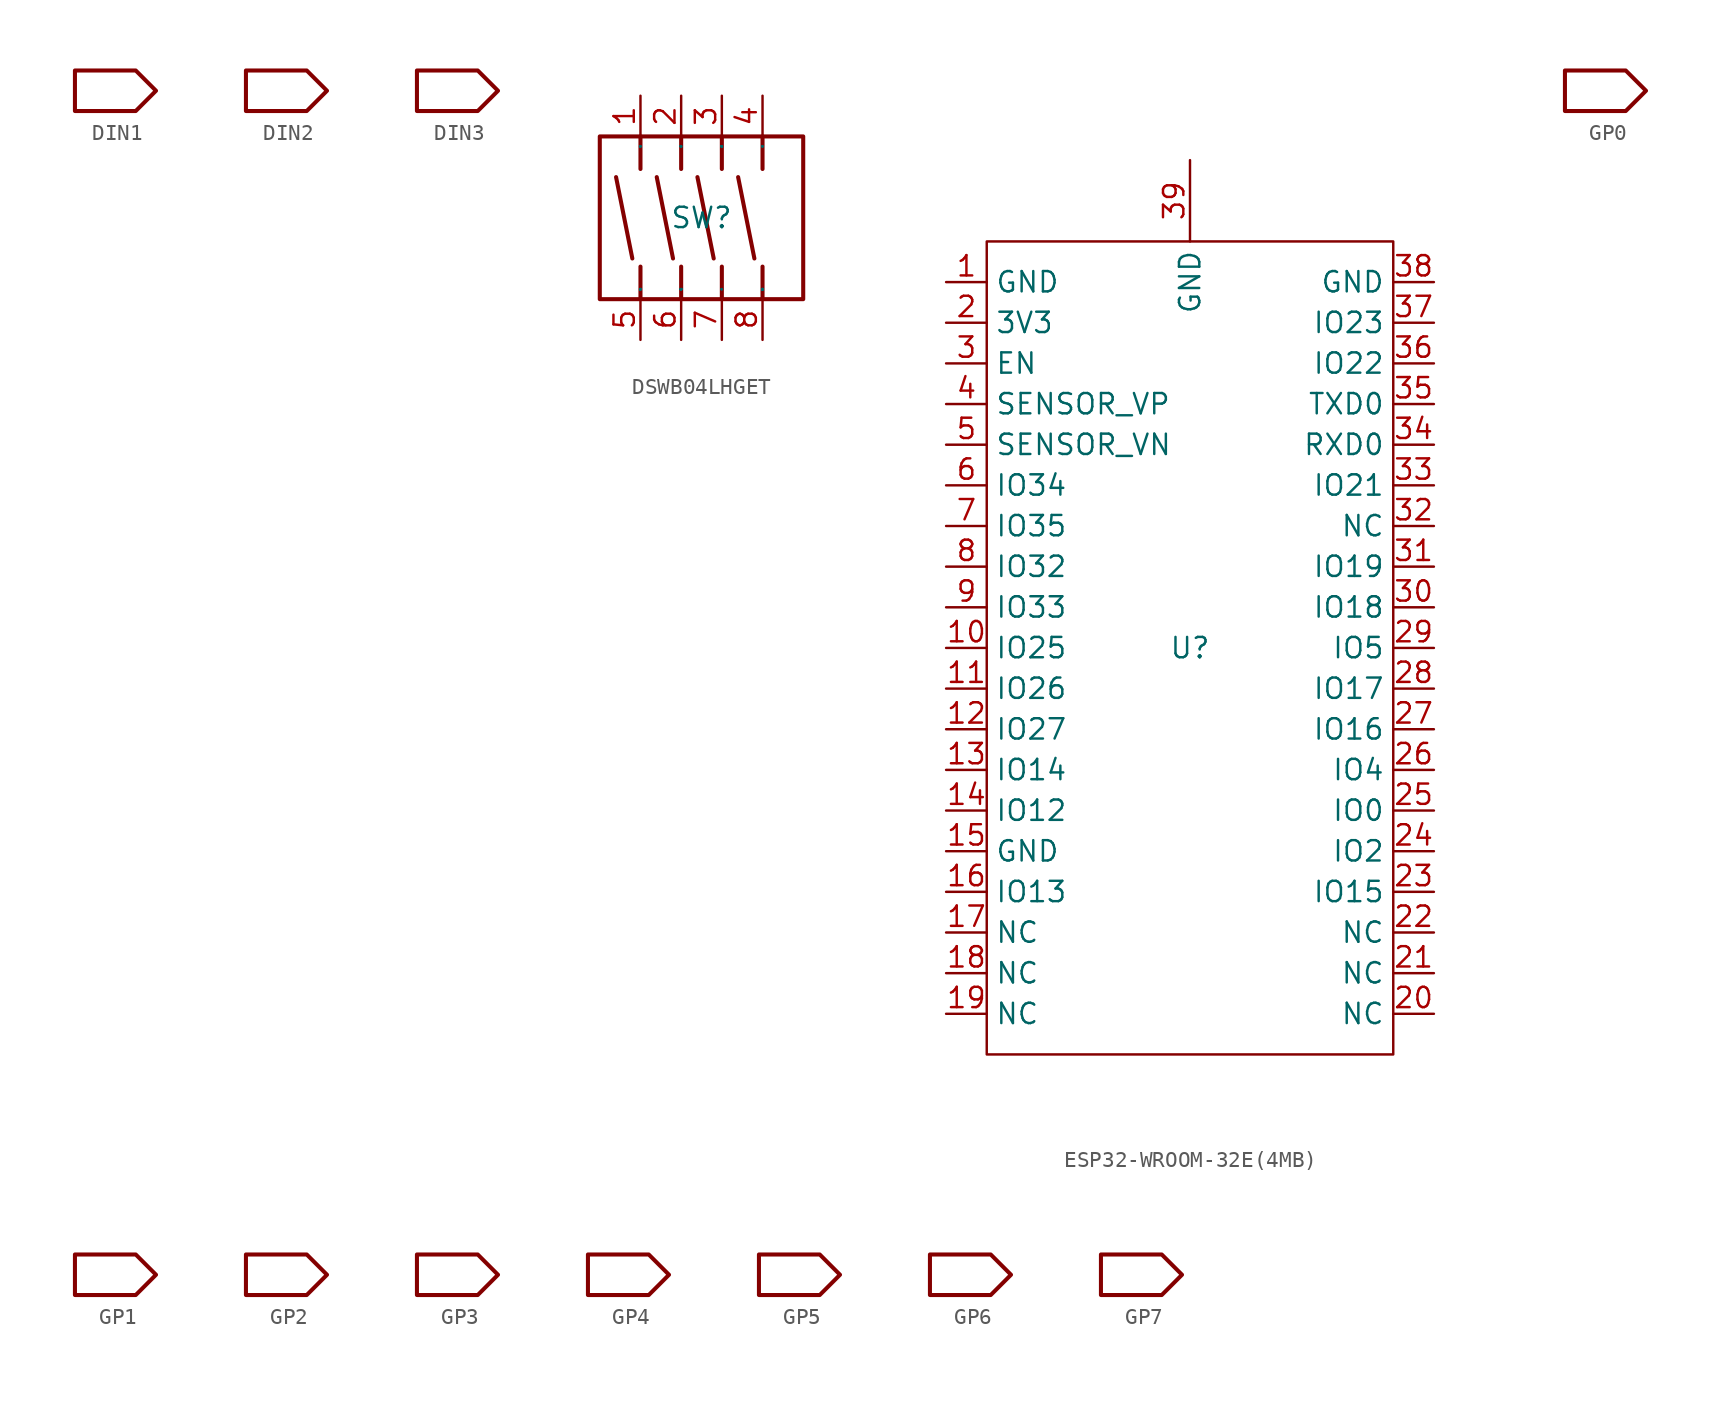
<source format=kicad_sym>
(kicad_symbol_lib
  (version 20241209)
  (generator "kicad_symbol_editor")
  (generator_version "9.0")
  (symbol "DIN1"
    (power)
    (pin_numbers
      (hide yes))
    (pin_names
      (hide yes))
    (property "Reference" "#PWR"
      (at 0 0 0)
      (effects (font (size 1.27 1.27)) (hide yes)))
    (property "Value" ""
      (at 0 0 0)
      (effects (font (size 1.27 1.27))))
    (symbol "DIN1_1_0"
      (polyline (pts (xy 0 0) (xy -1.27 -1.27) (xy -1.27 -1.27) (xy -5.08 -1.27) (xy -5.08 -1.27) (xy -5.08 1.27) (xy -5.08 1.27) (xy -1.27 1.27) (xy -1.27 1.27) (xy 0 0)) (stroke (width 0.254) (type default)) (fill (type none)))
      (pin input line (at 0 0 0) (length 0) (name "" (effects (font (size 0.025 0.025)))) (number "1" (effects (font (size 0 0)))))))
  (symbol "DIN2"
    (power)
    (pin_numbers
      (hide yes))
    (pin_names
      (hide yes))
    (property "Reference" "#PWR"
      (at 0 0 0)
      (effects (font (size 1.27 1.27)) (hide yes)))
    (property "Value" ""
      (at 0 0 0)
      (effects (font (size 1.27 1.27))))
    (symbol "DIN2_1_0"
      (polyline (pts (xy 0 0) (xy -1.27 -1.27) (xy -1.27 -1.27) (xy -5.08 -1.27) (xy -5.08 -1.27) (xy -5.08 1.27) (xy -5.08 1.27) (xy -1.27 1.27) (xy -1.27 1.27) (xy 0 0)) (stroke (width 0.254) (type default)) (fill (type none)))
      (pin input line (at 0 0 0) (length 0) (name "" (effects (font (size 0.025 0.025)))) (number "1" (effects (font (size 0 0)))))))
  (symbol "DIN3"
    (power)
    (pin_numbers
      (hide yes))
    (pin_names
      (hide yes))
    (property "Reference" "#PWR"
      (at 0 0 0)
      (effects (font (size 1.27 1.27)) (hide yes)))
    (property "Value" ""
      (at 0 0 0)
      (effects (font (size 1.27 1.27))))
    (symbol "DIN3_1_0"
      (polyline (pts (xy 0 0) (xy -1.27 -1.27) (xy -1.27 -1.27) (xy -5.08 -1.27) (xy -5.08 -1.27) (xy -5.08 1.27) (xy -5.08 1.27) (xy -1.27 1.27) (xy -1.27 1.27) (xy 0 0)) (stroke (width 0.254) (type default)) (fill (type none)))
      (pin input line (at 0 0 0) (length 0) (name "" (effects (font (size 0.025 0.025)))) (number "1" (effects (font (size 0 0)))))))
  (symbol "DSWB04LHGET"
    (property "Reference" "SW"
      (at 0 0 0)
      (effects (font (size 1.27 1.27))))
    (property "Value" ""
      (at 0 0 0)
      (effects (font (size 1.27 1.27))))
    (symbol "DSWB04LHGET_1_0"
      (polyline (pts (xy -4.318 -2.54) (xy -5.334 2.54)) (stroke (width 0.254) (type default)) (fill (type none)))
      (polyline (pts (xy -3.81 3.048) (xy -3.81 5.08)) (stroke (width 0.254) (type default)) (fill (type none)))
      (polyline (pts (xy -3.81 -3.048) (xy -3.81 -5.08)) (stroke (width 0.254) (type default)) (fill (type none)))
      (polyline (pts (xy -1.778 -2.54) (xy -2.794 2.54)) (stroke (width 0.254) (type default)) (fill (type none)))
      (polyline (pts (xy -1.27 3.048) (xy -1.27 5.08)) (stroke (width 0.254) (type default)) (fill (type none)))
      (polyline (pts (xy -1.27 -3.048) (xy -1.27 -5.08)) (stroke (width 0.254) (type default)) (fill (type none)))
      (polyline (pts (xy 0.762 -2.54) (xy -0.254 2.54)) (stroke (width 0.254) (type default)) (fill (type none)))
      (polyline (pts (xy 1.27 3.048) (xy 1.27 5.08)) (stroke (width 0.254) (type default)) (fill (type none)))
      (polyline (pts (xy 1.27 -3.048) (xy 1.27 -5.08)) (stroke (width 0.254) (type default)) (fill (type none)))
      (polyline (pts (xy 3.302 -2.54) (xy 2.286 2.54)) (stroke (width 0.254) (type default)) (fill (type none)))
      (polyline (pts (xy 3.81 3.048) (xy 3.81 5.08)) (stroke (width 0.254) (type default)) (fill (type none)))
      (polyline (pts (xy 3.81 -3.048) (xy 3.81 -5.08)) (stroke (width 0.254) (type default)) (fill (type none)))
      (rectangle (start 6.35 5.08) (end -6.35 -5.08) (stroke (width 0.254) (type default)) (fill (type none)))
      (pin unspecified line (at -3.81 7.62 270) (length 2.54) (name "1" (effects (font (size 0.025 0.025)))) (number "1" (effects (font (size 1.27 1.27)))))
      (pin unspecified line (at -3.81 -7.62 90) (length 2.54) (name "5" (effects (font (size 0.025 0.025)))) (number "5" (effects (font (size 1.27 1.27)))))
      (pin unspecified line (at -1.27 7.62 270) (length 2.54) (name "2" (effects (font (size 0.025 0.025)))) (number "2" (effects (font (size 1.27 1.27)))))
      (pin unspecified line (at -1.27 -7.62 90) (length 2.54) (name "6" (effects (font (size 0.025 0.025)))) (number "6" (effects (font (size 1.27 1.27)))))
      (pin unspecified line (at 1.27 7.62 270) (length 2.54) (name "3" (effects (font (size 0.025 0.025)))) (number "3" (effects (font (size 1.27 1.27)))))
      (pin unspecified line (at 1.27 -7.62 90) (length 2.54) (name "7" (effects (font (size 0.025 0.025)))) (number "7" (effects (font (size 1.27 1.27)))))
      (pin unspecified line (at 3.81 7.62 270) (length 2.54) (name "4" (effects (font (size 0.025 0.025)))) (number "4" (effects (font (size 1.27 1.27)))))
      (pin unspecified line (at 3.81 -7.62 90) (length 2.54) (name "8" (effects (font (size 0.025 0.025)))) (number "8" (effects (font (size 1.27 1.27)))))))
  (symbol "ESP32-WROOM-32E(4MB)"
    (property "Reference" "U"
      (at 0 0 0)
      (effects (font (size 1.27 1.27))))
    (property "Value" ""
      (at 0 0 0)
      (effects (font (size 1.27 1.27))))
    (symbol "ESP32-WROOM-32E(4MB)_1_0"
      (rectangle (start -12.7 25.4) (end 12.7 -25.4) (stroke (width 0) (type default)) (fill (type none)))
      (pin unspecified line (at -15.24 22.86 0) (length 2.54) (name "GND" (effects (font (size 1.27 1.27)))) (number "1" (effects (font (size 1.27 1.27)))))
      (pin unspecified line (at -15.24 20.32 0) (length 2.54) (name "3V3" (effects (font (size 1.27 1.27)))) (number "2" (effects (font (size 1.27 1.27)))))
      (pin unspecified line (at -15.24 17.78 0) (length 2.54) (name "EN" (effects (font (size 1.27 1.27)))) (number "3" (effects (font (size 1.27 1.27)))))
      (pin unspecified line (at -15.24 15.24 0) (length 2.54) (name "SENSOR_VP" (effects (font (size 1.27 1.27)))) (number "4" (effects (font (size 1.27 1.27)))))
      (pin unspecified line (at -15.24 12.7 0) (length 2.54) (name "SENSOR_VN" (effects (font (size 1.27 1.27)))) (number "5" (effects (font (size 1.27 1.27)))))
      (pin unspecified line (at -15.24 10.16 0) (length 2.54) (name "IO34" (effects (font (size 1.27 1.27)))) (number "6" (effects (font (size 1.27 1.27)))))
      (pin unspecified line (at -15.24 7.62 0) (length 2.54) (name "IO35" (effects (font (size 1.27 1.27)))) (number "7" (effects (font (size 1.27 1.27)))))
      (pin unspecified line (at -15.24 5.08 0) (length 2.54) (name "IO32" (effects (font (size 1.27 1.27)))) (number "8" (effects (font (size 1.27 1.27)))))
      (pin unspecified line (at -15.24 2.54 0) (length 2.54) (name "IO33" (effects (font (size 1.27 1.27)))) (number "9" (effects (font (size 1.27 1.27)))))
      (pin unspecified line (at -15.24 0 0) (length 2.54) (name "IO25" (effects (font (size 1.27 1.27)))) (number "10" (effects (font (size 1.27 1.27)))))
      (pin unspecified line (at -15.24 -2.54 0) (length 2.54) (name "IO26" (effects (font (size 1.27 1.27)))) (number "11" (effects (font (size 1.27 1.27)))))
      (pin unspecified line (at -15.24 -5.08 0) (length 2.54) (name "IO27" (effects (font (size 1.27 1.27)))) (number "12" (effects (font (size 1.27 1.27)))))
      (pin unspecified line (at -15.24 -7.62 0) (length 2.54) (name "IO14" (effects (font (size 1.27 1.27)))) (number "13" (effects (font (size 1.27 1.27)))))
      (pin unspecified line (at -15.24 -10.16 0) (length 2.54) (name "IO12" (effects (font (size 1.27 1.27)))) (number "14" (effects (font (size 1.27 1.27)))))
      (pin unspecified line (at -15.24 -12.7 0) (length 2.54) (name "GND" (effects (font (size 1.27 1.27)))) (number "15" (effects (font (size 1.27 1.27)))))
      (pin unspecified line (at -15.24 -15.24 0) (length 2.54) (name "IO13" (effects (font (size 1.27 1.27)))) (number "16" (effects (font (size 1.27 1.27)))))
      (pin unspecified line (at -15.24 -17.78 0) (length 2.54) (name "NC" (effects (font (size 1.27 1.27)))) (number "17" (effects (font (size 1.27 1.27)))))
      (pin unspecified line (at -15.24 -20.32 0) (length 2.54) (name "NC" (effects (font (size 1.27 1.27)))) (number "18" (effects (font (size 1.27 1.27)))))
      (pin unspecified line (at -15.24 -22.86 0) (length 2.54) (name "NC" (effects (font (size 1.27 1.27)))) (number "19" (effects (font (size 1.27 1.27)))))
      (pin unspecified line (at 0 30.48 270) (length 5.08) (name "GND" (effects (font (size 1.27 1.27)))) (number "39" (effects (font (size 1.27 1.27)))))
      (pin unspecified line (at 15.24 22.86 180) (length 2.54) (name "GND" (effects (font (size 1.27 1.27)))) (number "38" (effects (font (size 1.27 1.27)))))
      (pin unspecified line (at 15.24 20.32 180) (length 2.54) (name "IO23" (effects (font (size 1.27 1.27)))) (number "37" (effects (font (size 1.27 1.27)))))
      (pin unspecified line (at 15.24 17.78 180) (length 2.54) (name "IO22" (effects (font (size 1.27 1.27)))) (number "36" (effects (font (size 1.27 1.27)))))
      (pin unspecified line (at 15.24 15.24 180) (length 2.54) (name "TXD0" (effects (font (size 1.27 1.27)))) (number "35" (effects (font (size 1.27 1.27)))))
      (pin unspecified line (at 15.24 12.7 180) (length 2.54) (name "RXD0" (effects (font (size 1.27 1.27)))) (number "34" (effects (font (size 1.27 1.27)))))
      (pin unspecified line (at 15.24 10.16 180) (length 2.54) (name "IO21" (effects (font (size 1.27 1.27)))) (number "33" (effects (font (size 1.27 1.27)))))
      (pin unspecified line (at 15.24 7.62 180) (length 2.54) (name "NC" (effects (font (size 1.27 1.27)))) (number "32" (effects (font (size 1.27 1.27)))))
      (pin unspecified line (at 15.24 5.08 180) (length 2.54) (name "IO19" (effects (font (size 1.27 1.27)))) (number "31" (effects (font (size 1.27 1.27)))))
      (pin unspecified line (at 15.24 2.54 180) (length 2.54) (name "IO18" (effects (font (size 1.27 1.27)))) (number "30" (effects (font (size 1.27 1.27)))))
      (pin unspecified line (at 15.24 0 180) (length 2.54) (name "IO5" (effects (font (size 1.27 1.27)))) (number "29" (effects (font (size 1.27 1.27)))))
      (pin unspecified line (at 15.24 -2.54 180) (length 2.54) (name "IO17" (effects (font (size 1.27 1.27)))) (number "28" (effects (font (size 1.27 1.27)))))
      (pin unspecified line (at 15.24 -5.08 180) (length 2.54) (name "IO16" (effects (font (size 1.27 1.27)))) (number "27" (effects (font (size 1.27 1.27)))))
      (pin unspecified line (at 15.24 -7.62 180) (length 2.54) (name "IO4" (effects (font (size 1.27 1.27)))) (number "26" (effects (font (size 1.27 1.27)))))
      (pin unspecified line (at 15.24 -10.16 180) (length 2.54) (name "IO0" (effects (font (size 1.27 1.27)))) (number "25" (effects (font (size 1.27 1.27)))))
      (pin unspecified line (at 15.24 -12.7 180) (length 2.54) (name "IO2" (effects (font (size 1.27 1.27)))) (number "24" (effects (font (size 1.27 1.27)))))
      (pin unspecified line (at 15.24 -15.24 180) (length 2.54) (name "IO15" (effects (font (size 1.27 1.27)))) (number "23" (effects (font (size 1.27 1.27)))))
      (pin unspecified line (at 15.24 -17.78 180) (length 2.54) (name "NC" (effects (font (size 1.27 1.27)))) (number "22" (effects (font (size 1.27 1.27)))))
      (pin unspecified line (at 15.24 -20.32 180) (length 2.54) (name "NC" (effects (font (size 1.27 1.27)))) (number "21" (effects (font (size 1.27 1.27)))))
      (pin unspecified line (at 15.24 -22.86 180) (length 2.54) (name "NC" (effects (font (size 1.27 1.27)))) (number "20" (effects (font (size 1.27 1.27)))))))
  (symbol "GP0"
    (power)
    (pin_numbers
      (hide yes))
    (pin_names
      (hide yes))
    (property "Reference" "#PWR"
      (at 0 0 0)
      (effects (font (size 1.27 1.27)) (hide yes)))
    (property "Value" ""
      (at 0 0 0)
      (effects (font (size 1.27 1.27))))
    (symbol "GP0_1_0"
      (polyline (pts (xy 0 0) (xy -1.27 -1.27) (xy -1.27 -1.27) (xy -5.08 -1.27) (xy -5.08 -1.27) (xy -5.08 1.27) (xy -5.08 1.27) (xy -1.27 1.27) (xy -1.27 1.27) (xy 0 0)) (stroke (width 0.254) (type default)) (fill (type none)))
      (pin input line (at 0 0 0) (length 0) (name "" (effects (font (size 0.025 0.025)))) (number "1" (effects (font (size 0 0)))))))
  (symbol "GP1"
    (power)
    (pin_numbers
      (hide yes))
    (pin_names
      (hide yes))
    (property "Reference" "#PWR"
      (at 0 0 0)
      (effects (font (size 1.27 1.27)) (hide yes)))
    (property "Value" ""
      (at 0 0 0)
      (effects (font (size 1.27 1.27))))
    (symbol "GP1_1_0"
      (polyline (pts (xy 0 0) (xy -1.27 -1.27) (xy -1.27 -1.27) (xy -5.08 -1.27) (xy -5.08 -1.27) (xy -5.08 1.27) (xy -5.08 1.27) (xy -1.27 1.27) (xy -1.27 1.27) (xy 0 0)) (stroke (width 0.254) (type default)) (fill (type none)))
      (pin input line (at 0 0 0) (length 0) (name "" (effects (font (size 0.025 0.025)))) (number "1" (effects (font (size 0 0)))))))
  (symbol "GP2"
    (power)
    (pin_numbers
      (hide yes))
    (pin_names
      (hide yes))
    (property "Reference" "#PWR"
      (at 0 0 0)
      (effects (font (size 1.27 1.27)) (hide yes)))
    (property "Value" ""
      (at 0 0 0)
      (effects (font (size 1.27 1.27))))
    (symbol "GP2_1_0"
      (polyline (pts (xy 0 0) (xy -1.27 -1.27) (xy -1.27 -1.27) (xy -5.08 -1.27) (xy -5.08 -1.27) (xy -5.08 1.27) (xy -5.08 1.27) (xy -1.27 1.27) (xy -1.27 1.27) (xy 0 0)) (stroke (width 0.254) (type default)) (fill (type none)))
      (pin input line (at 0 0 0) (length 0) (name "" (effects (font (size 0.025 0.025)))) (number "1" (effects (font (size 0 0)))))))
  (symbol "GP3"
    (power)
    (pin_numbers
      (hide yes))
    (pin_names
      (hide yes))
    (property "Reference" "#PWR"
      (at 0 0 0)
      (effects (font (size 1.27 1.27)) (hide yes)))
    (property "Value" ""
      (at 0 0 0)
      (effects (font (size 1.27 1.27))))
    (symbol "GP3_1_0"
      (polyline (pts (xy 0 0) (xy -1.27 -1.27) (xy -1.27 -1.27) (xy -5.08 -1.27) (xy -5.08 -1.27) (xy -5.08 1.27) (xy -5.08 1.27) (xy -1.27 1.27) (xy -1.27 1.27) (xy 0 0)) (stroke (width 0.254) (type default)) (fill (type none)))
      (pin input line (at 0 0 0) (length 0) (name "" (effects (font (size 0.025 0.025)))) (number "1" (effects (font (size 0 0)))))))
  (symbol "GP4"
    (power)
    (pin_numbers
      (hide yes))
    (pin_names
      (hide yes))
    (property "Reference" "#PWR"
      (at 0 0 0)
      (effects (font (size 1.27 1.27)) (hide yes)))
    (property "Value" ""
      (at 0 0 0)
      (effects (font (size 1.27 1.27))))
    (symbol "GP4_1_0"
      (polyline (pts (xy 0 0) (xy -1.27 -1.27) (xy -1.27 -1.27) (xy -5.08 -1.27) (xy -5.08 -1.27) (xy -5.08 1.27) (xy -5.08 1.27) (xy -1.27 1.27) (xy -1.27 1.27) (xy 0 0)) (stroke (width 0.254) (type default)) (fill (type none)))
      (pin input line (at 0 0 0) (length 0) (name "" (effects (font (size 0.025 0.025)))) (number "1" (effects (font (size 0 0)))))))
  (symbol "GP5"
    (power)
    (pin_numbers
      (hide yes))
    (pin_names
      (hide yes))
    (property "Reference" "#PWR"
      (at 0 0 0)
      (effects (font (size 1.27 1.27)) (hide yes)))
    (property "Value" ""
      (at 0 0 0)
      (effects (font (size 1.27 1.27))))
    (symbol "GP5_1_0"
      (polyline (pts (xy 0 0) (xy -1.27 -1.27) (xy -1.27 -1.27) (xy -5.08 -1.27) (xy -5.08 -1.27) (xy -5.08 1.27) (xy -5.08 1.27) (xy -1.27 1.27) (xy -1.27 1.27) (xy 0 0)) (stroke (width 0.254) (type default)) (fill (type none)))
      (pin input line (at 0 0 0) (length 0) (name "" (effects (font (size 0.025 0.025)))) (number "1" (effects (font (size 0 0)))))))
  (symbol "GP6"
    (power)
    (pin_numbers
      (hide yes))
    (pin_names
      (hide yes))
    (property "Reference" "#PWR"
      (at 0 0 0)
      (effects (font (size 1.27 1.27)) (hide yes)))
    (property "Value" ""
      (at 0 0 0)
      (effects (font (size 1.27 1.27))))
    (symbol "GP6_1_0"
      (polyline (pts (xy 0 0) (xy -1.27 -1.27) (xy -1.27 -1.27) (xy -5.08 -1.27) (xy -5.08 -1.27) (xy -5.08 1.27) (xy -5.08 1.27) (xy -1.27 1.27) (xy -1.27 1.27) (xy 0 0)) (stroke (width 0.254) (type default)) (fill (type none)))
      (pin input line (at 0 0 0) (length 0) (name "" (effects (font (size 0.025 0.025)))) (number "1" (effects (font (size 0 0)))))))
  (symbol "GP7"
    (power)
    (pin_numbers
      (hide yes))
    (pin_names
      (hide yes))
    (property "Reference" "#PWR"
      (at 0 0 0)
      (effects (font (size 1.27 1.27)) (hide yes)))
    (property "Value" ""
      (at 0 0 0)
      (effects (font (size 1.27 1.27))))
    (symbol "GP7_1_0"
      (polyline (pts (xy 0 0) (xy -1.27 -1.27) (xy -1.27 -1.27) (xy -5.08 -1.27) (xy -5.08 -1.27) (xy -5.08 1.27) (xy -5.08 1.27) (xy -1.27 1.27) (xy -1.27 1.27) (xy 0 0)) (stroke (width 0.254) (type default)) (fill (type none)))
      (pin input line (at 0 0 0) (length 0) (name "" (effects (font (size 0.025 0.025)))) (number "1" (effects (font (size 0 0))))))))
</source>
